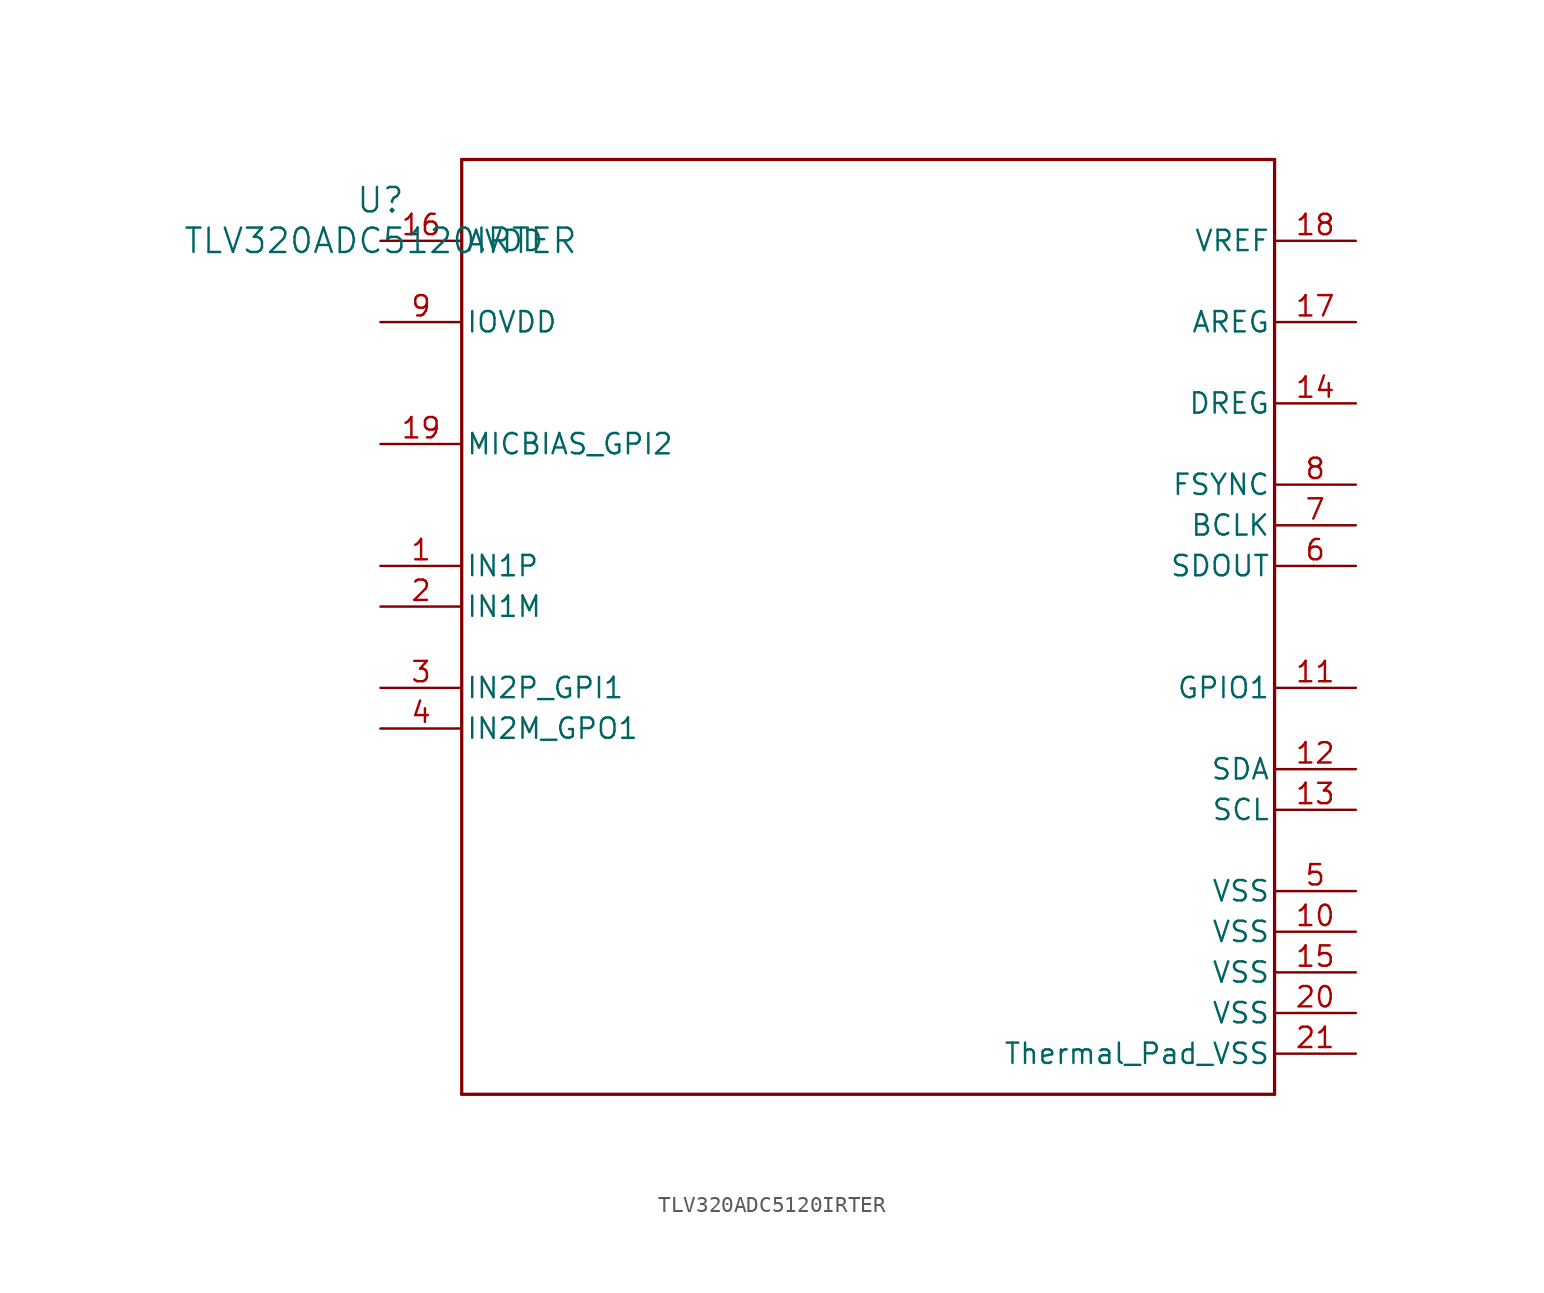
<source format=kicad_sym>
(kicad_symbol_lib
  (version 20211014)
  (generator kicad_symbol_editor)
  (symbol "TLV320ADC5120IRTER"
    (pin_names
      (offset 0.254))
    (property "Reference" "U"
      (at 0 2.54 0)
      (effects (font (size 1.524 1.524))))
    (property "Value" "TLV320ADC5120IRTER"
      (at 0 0 0)
      (effects (font (size 1.524 1.524))))
    (symbol "TLV320ADC5120IRTER_0_1"
      (polyline (pts (xy 5.08 -53.34) (xy 55.88 -53.34)) (stroke (width 0.203) (type default) (color 0 0 0 0)) (fill (type none)))
      (polyline (pts (xy 55.88 -53.34) (xy 55.88 5.08)) (stroke (width 0.203) (type default) (color 0 0 0 0)) (fill (type none)))
      (polyline (pts (xy 55.88 5.08) (xy 5.08 5.08)) (stroke (width 0.203) (type default) (color 0 0 0 0)) (fill (type none)))
      (polyline (pts (xy 5.08 5.08) (xy 5.08 -53.34)) (stroke (width 0.203) (type default) (color 0 0 0 0)) (fill (type none)))
      (pin unspecified line (at 0 -20.32 0) (length 5.08) (name "IN1P" (effects (font (size 1.27 1.27)))) (number "1" (effects (font (size 1.27 1.27)))))
      (pin unspecified line (at 0 -22.86 0) (length 5.08) (name "IN1M" (effects (font (size 1.27 1.27)))) (number "2" (effects (font (size 1.27 1.27)))))
      (pin input line (at 0 -27.94 0) (length 5.08) (name "IN2P_GPI1" (effects (font (size 1.27 1.27)))) (number "3" (effects (font (size 1.27 1.27)))))
      (pin bidirectional line (at 0 -30.48 0) (length 5.08) (name "IN2M_GPO1" (effects (font (size 1.27 1.27)))) (number "4" (effects (font (size 1.27 1.27)))))
      (pin power_in line (at 60.96 -40.64 180) (length 5.08) (name "VSS" (effects (font (size 1.27 1.27)))) (number "5" (effects (font (size 1.27 1.27)))))
      (pin output line (at 60.96 -20.32 180) (length 5.08) (name "SDOUT" (effects (font (size 1.27 1.27)))) (number "6" (effects (font (size 1.27 1.27)))))
      (pin bidirectional line (at 60.96 -17.78 180) (length 5.08) (name "BCLK" (effects (font (size 1.27 1.27)))) (number "7" (effects (font (size 1.27 1.27)))))
      (pin bidirectional line (at 60.96 -15.24 180) (length 5.08) (name "FSYNC" (effects (font (size 1.27 1.27)))) (number "8" (effects (font (size 1.27 1.27)))))
      (pin power_in line (at 0 -5.08 0) (length 5.08) (name "IOVDD" (effects (font (size 1.27 1.27)))) (number "9" (effects (font (size 1.27 1.27)))))
      (pin power_in line (at 60.96 -43.18 180) (length 5.08) (name "VSS" (effects (font (size 1.27 1.27)))) (number "10" (effects (font (size 1.27 1.27)))))
      (pin bidirectional line (at 60.96 -27.94 180) (length 5.08) (name "GPIO1" (effects (font (size 1.27 1.27)))) (number "11" (effects (font (size 1.27 1.27)))))
      (pin bidirectional line (at 60.96 -33.02 180) (length 5.08) (name "SDA" (effects (font (size 1.27 1.27)))) (number "12" (effects (font (size 1.27 1.27)))))
      (pin input line (at 60.96 -35.56 180) (length 5.08) (name "SCL" (effects (font (size 1.27 1.27)))) (number "13" (effects (font (size 1.27 1.27)))))
      (pin power_in line (at 60.96 -10.16 180) (length 5.08) (name "DREG" (effects (font (size 1.27 1.27)))) (number "14" (effects (font (size 1.27 1.27)))))
      (pin power_in line (at 60.96 -45.72 180) (length 5.08) (name "VSS" (effects (font (size 1.27 1.27)))) (number "15" (effects (font (size 1.27 1.27)))))
      (pin power_in line (at 0 0 0) (length 5.08) (name "AVDD" (effects (font (size 1.27 1.27)))) (number "16" (effects (font (size 1.27 1.27)))))
      (pin power_in line (at 60.96 -5.08 180) (length 5.08) (name "AREG" (effects (font (size 1.27 1.27)))) (number "17" (effects (font (size 1.27 1.27)))))
      (pin unspecified line (at 60.96 0 180) (length 5.08) (name "VREF" (effects (font (size 1.27 1.27)))) (number "18" (effects (font (size 1.27 1.27)))))
      (pin bidirectional line (at 0 -12.7 0) (length 5.08) (name "MICBIAS_GPI2" (effects (font (size 1.27 1.27)))) (number "19" (effects (font (size 1.27 1.27)))))
      (pin power_in line (at 60.96 -48.26 180) (length 5.08) (name "VSS" (effects (font (size 1.27 1.27)))) (number "20" (effects (font (size 1.27 1.27)))))
      (pin power_in line (at 60.96 -50.8 180) (length 5.08) (name "Thermal_Pad_VSS" (effects (font (size 1.27 1.27)))) (number "21" (effects (font (size 1.27 1.27))))))))
</source>
